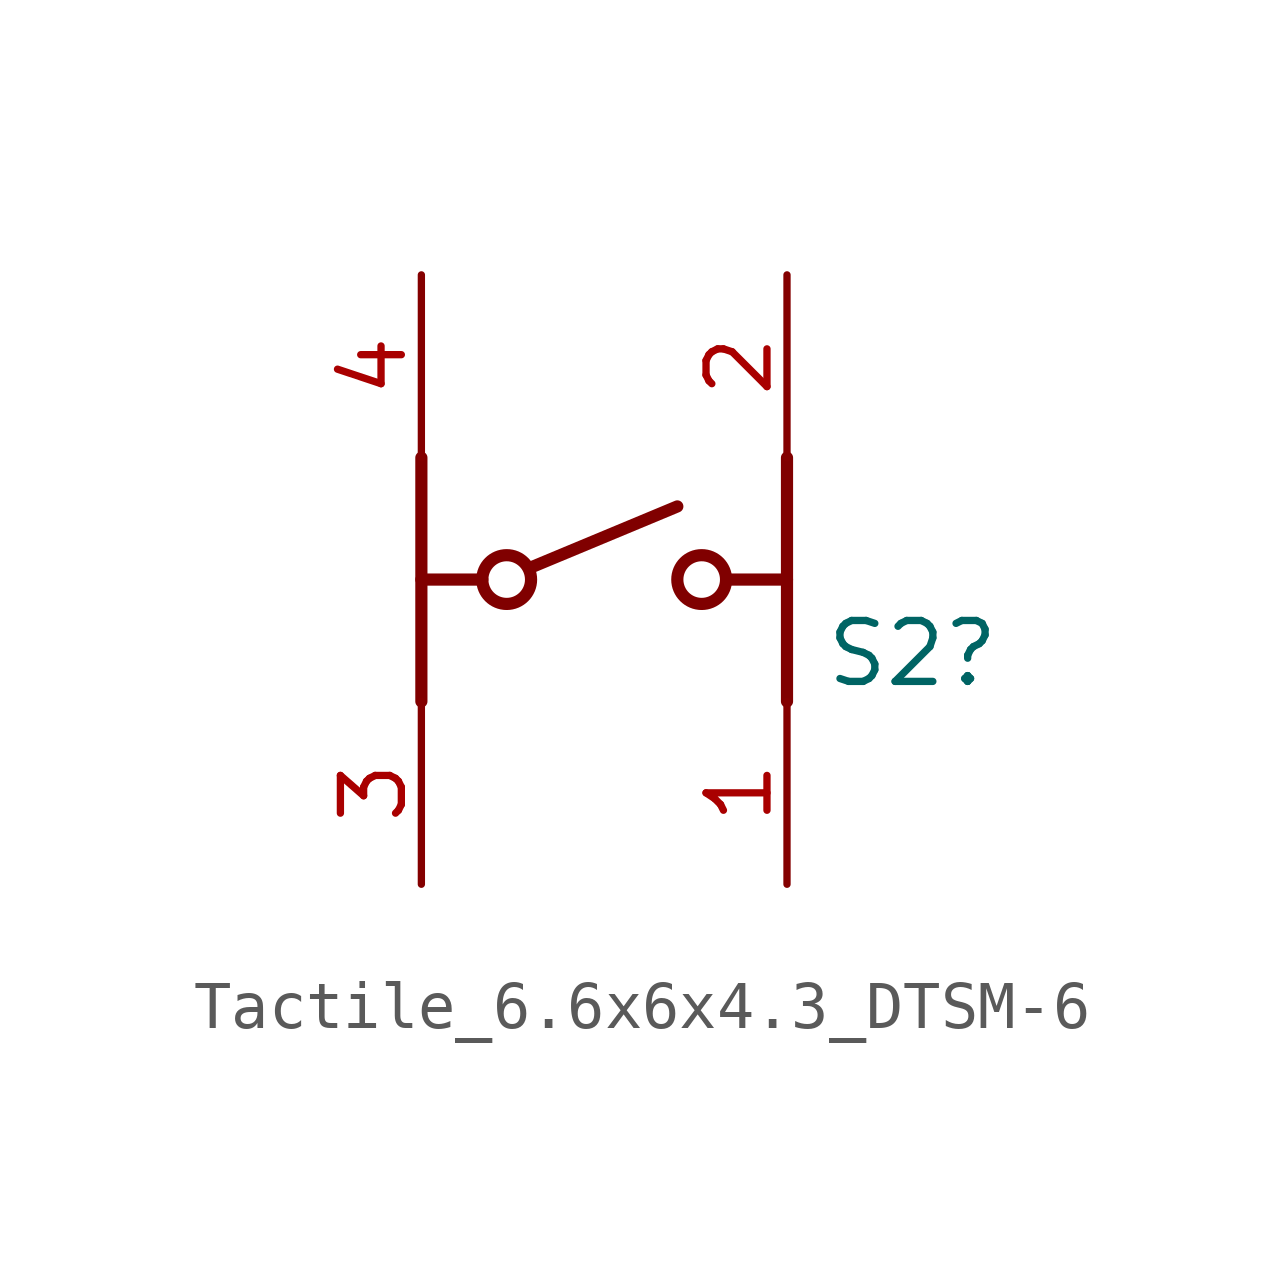
<source format=kicad_sym>
(kicad_symbol_lib
  (version 20231120)
  (generator "kicad_symbol_editor")
  (generator_version "8.0")
  (symbol "Tactile_6.6x6x4.3_DTSM-6"
    (property "Reference" "S2"
      (at 8.382 4.064 0)
      (effects (font (size 1.27 1.27)) (justify left bottom)))
    (symbol "Tactile_6.6x6x4.3_DTSM-6_1_0"
      (polyline (pts (xy 0 3.81) (xy 0 8.89)) (stroke (width 0.254) (type solid) (color 128 0 0 1)) (fill (type none)))
      (polyline (pts (xy 0 6.35) (xy 1.27 6.35)) (stroke (width 0.254) (type solid) (color 128 0 0 1)) (fill (type none)))
      (polyline (pts (xy 2.286 6.604) (xy 5.334 7.874)) (stroke (width 0.254) (type solid) (color 128 0 0 1)) (fill (type none)))
      (polyline (pts (xy 7.62 6.35) (xy 6.35 6.35)) (stroke (width 0.254) (type solid) (color 128 0 0 1)) (fill (type none)))
      (polyline (pts (xy 7.62 8.89) (xy 7.62 3.81)) (stroke (width 0.254) (type solid) (color 128 0 0 1)) (fill (type none)))
      (circle (center 1.778 6.35) (radius 0.508) (stroke (width 0.254) (type solid) (color 128 0 0 1)) (fill (type none)))
      (circle (center 5.842 6.35) (radius 0.508) (stroke (width 0.254) (type solid) (color 128 0 0 1)) (fill (type none)))
      (pin passive line (at 7.62 0 90) (length 3.81) (name "1" (effects (font (size 0 0)))) (number "1" (effects (font (size 1.27 1.27)))))
      (pin passive line (at 7.62 12.7 270) (length 3.81) (name "2" (effects (font (size 0 0)))) (number "2" (effects (font (size 1.27 1.27)))))
      (pin passive line (at 0 0 90) (length 3.81) (name "3" (effects (font (size 0 0)))) (number "3" (effects (font (size 1.27 1.27)))))
      (pin passive line (at 0 12.7 270) (length 3.81) (name "4" (effects (font (size 0 0)))) (number "4" (effects (font (size 1.27 1.27))))))))
</source>
